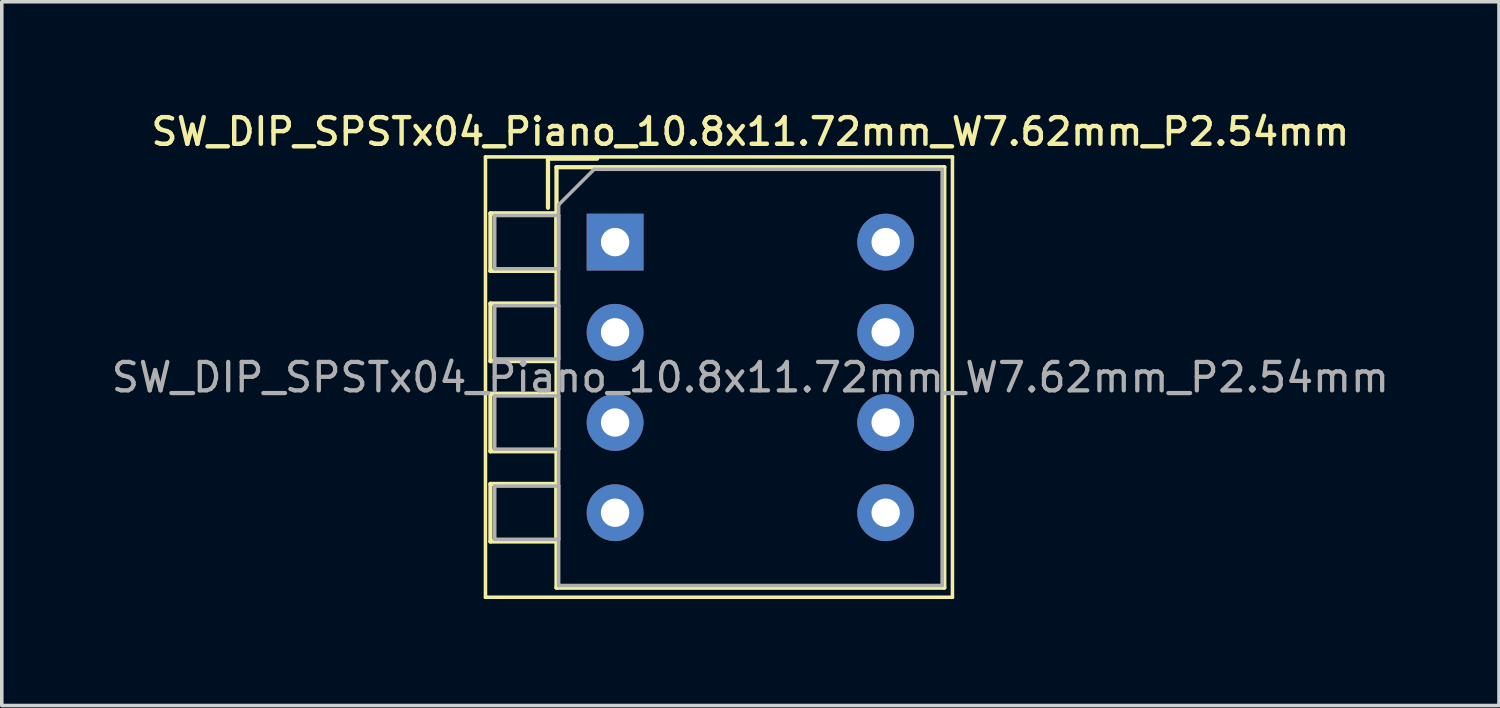
<source format=kicad_pcb>
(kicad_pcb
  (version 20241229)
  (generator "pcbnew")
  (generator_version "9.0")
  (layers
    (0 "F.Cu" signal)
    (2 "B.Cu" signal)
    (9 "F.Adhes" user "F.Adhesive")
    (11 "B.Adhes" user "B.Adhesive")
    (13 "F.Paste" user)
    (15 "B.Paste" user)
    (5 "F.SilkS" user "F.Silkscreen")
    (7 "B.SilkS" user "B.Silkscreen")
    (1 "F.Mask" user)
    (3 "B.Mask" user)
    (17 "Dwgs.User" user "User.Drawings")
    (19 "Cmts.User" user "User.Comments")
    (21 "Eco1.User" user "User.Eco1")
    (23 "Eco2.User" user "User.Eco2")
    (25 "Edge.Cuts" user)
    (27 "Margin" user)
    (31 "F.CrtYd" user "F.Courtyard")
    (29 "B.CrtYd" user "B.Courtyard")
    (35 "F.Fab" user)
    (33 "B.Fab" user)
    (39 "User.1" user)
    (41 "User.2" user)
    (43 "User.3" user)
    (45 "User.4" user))
  (footprint "SW_DIP_SPSTx04_Piano_10.8x11.72mm_W7.62mm_P2.54mm"
    (layer "F.Cu")
    (at 14.271 3.768)
    (property "Reference" "SW_DIP_SPSTx04_Piano_10.8x11.72mm_W7.62mm_P2.54mm" (at 3.81 -3.11 0) (layer "F.SilkS") (effects (font (size 0.75 0.75) (thickness 0.125))))
    (attr through_hole)
    (fp_line (start -3.65 -2.4) (end -3.65 10) (stroke (width 0.1) (type solid)) (layer "F.SilkS"))
    (fp_line (start -3.65 10) (end 9.5 10) (stroke (width 0.1) (type solid)) (layer "F.SilkS"))
    (fp_line (start -3.51 -0.81) (end -3.51 0.81) (stroke (width 0.12) (type solid)) (layer "F.SilkS"))
    (fp_line (start -3.51 -0.81) (end -1.65 -0.81) (stroke (width 0.12) (type solid)) (layer "F.SilkS"))
    (fp_line (start -3.51 0.81) (end -1.65 0.81) (stroke (width 0.12) (type solid)) (layer "F.SilkS"))
    (fp_line (start -3.51 1.73) (end -3.51 3.35) (stroke (width 0.12) (type solid)) (layer "F.SilkS"))
    (fp_line (start -3.51 1.73) (end -1.65 1.73) (stroke (width 0.12) (type solid)) (layer "F.SilkS"))
    (fp_line (start -3.51 3.35) (end -1.65 3.35) (stroke (width 0.12) (type solid)) (layer "F.SilkS"))
    (fp_line (start -3.51 4.27) (end -3.51 5.89) (stroke (width 0.12) (type solid)) (layer "F.SilkS"))
    (fp_line (start -3.51 4.27) (end -1.65 4.27) (stroke (width 0.12) (type solid)) (layer "F.SilkS"))
    (fp_line (start -3.51 5.89) (end -1.65 5.89) (stroke (width 0.12) (type solid)) (layer "F.SilkS"))
    (fp_line (start -3.51 6.81) (end -3.51 8.43) (stroke (width 0.12) (type solid)) (layer "F.SilkS"))
    (fp_line (start -3.51 6.81) (end -1.65 6.81) (stroke (width 0.12) (type solid)) (layer "F.SilkS"))
    (fp_line (start -3.51 8.43) (end -1.65 8.43) (stroke (width 0.12) (type solid)) (layer "F.SilkS"))
    (fp_line (start -1.89 -2.35) (end -1.89 -0.967) (stroke (width 0.12) (type solid)) (layer "F.SilkS"))
    (fp_line (start -1.89 -2.35) (end -0.507 -2.35) (stroke (width 0.12) (type solid)) (layer "F.SilkS"))
    (fp_line (start -1.65 -2.11) (end -1.65 9.73) (stroke (width 0.12) (type solid)) (layer "F.SilkS"))
    (fp_line (start -1.65 -2.11) (end 9.27 -2.11) (stroke (width 0.12) (type solid)) (layer "F.SilkS"))
    (fp_line (start -1.65 -0.81) (end -1.65 0.81) (stroke (width 0.12) (type solid)) (layer "F.SilkS"))
    (fp_line (start -1.65 1.73) (end -1.65 3.35) (stroke (width 0.12) (type solid)) (layer "F.SilkS"))
    (fp_line (start -1.65 4.27) (end -1.65 5.89) (stroke (width 0.12) (type solid)) (layer "F.SilkS"))
    (fp_line (start -1.65 6.81) (end -1.65 8.43) (stroke (width 0.12) (type solid)) (layer "F.SilkS"))
    (fp_line (start -1.65 9.73) (end 9.27 9.73) (stroke (width 0.12) (type solid)) (layer "F.SilkS"))
    (fp_line (start 9.27 -2.11) (end 9.27 9.73) (stroke (width 0.12) (type solid)) (layer "F.SilkS"))
    (fp_line (start 9.5 -2.4) (end -3.65 -2.4) (stroke (width 0.1) (type solid)) (layer "F.SilkS"))
    (fp_line (start 9.5 10) (end 9.5 -2.4) (stroke (width 0.1) (type solid)) (layer "F.SilkS"))
    (fp_line (start -3.39 -0.75) (end -1.59 -0.75) (stroke (width 0.1) (type solid)) (layer "F.Fab"))
    (fp_line (start -3.39 0.75) (end -3.39 -0.75) (stroke (width 0.1) (type solid)) (layer "F.Fab"))
    (fp_line (start -3.39 1.79) (end -1.59 1.79) (stroke (width 0.1) (type solid)) (layer "F.Fab"))
    (fp_line (start -3.39 3.29) (end -3.39 1.79) (stroke (width 0.1) (type solid)) (layer "F.Fab"))
    (fp_line (start -3.39 4.33) (end -1.59 4.33) (stroke (width 0.1) (type solid)) (layer "F.Fab"))
    (fp_line (start -3.39 5.83) (end -3.39 4.33) (stroke (width 0.1) (type solid)) (layer "F.Fab"))
    (fp_line (start -3.39 6.87) (end -1.59 6.87) (stroke (width 0.1) (type solid)) (layer "F.Fab"))
    (fp_line (start -3.39 8.37) (end -3.39 6.87) (stroke (width 0.1) (type solid)) (layer "F.Fab"))
    (fp_line (start -1.59 -1.05) (end -0.59 -2.05) (stroke (width 0.1) (type solid)) (layer "F.Fab"))
    (fp_line (start -1.59 -0.75) (end -1.59 0.75) (stroke (width 0.1) (type solid)) (layer "F.Fab"))
    (fp_line (start -1.59 0.75) (end -3.39 0.75) (stroke (width 0.1) (type solid)) (layer "F.Fab"))
    (fp_line (start -1.59 1.79) (end -1.59 3.29) (stroke (width 0.1) (type solid)) (layer "F.Fab"))
    (fp_line (start -1.59 3.29) (end -3.39 3.29) (stroke (width 0.1) (type solid)) (layer "F.Fab"))
    (fp_line (start -1.59 4.33) (end -1.59 5.83) (stroke (width 0.1) (type solid)) (layer "F.Fab"))
    (fp_line (start -1.59 5.83) (end -3.39 5.83) (stroke (width 0.1) (type solid)) (layer "F.Fab"))
    (fp_line (start -1.59 6.87) (end -1.59 8.37) (stroke (width 0.1) (type solid)) (layer "F.Fab"))
    (fp_line (start -1.59 8.37) (end -3.39 8.37) (stroke (width 0.1) (type solid)) (layer "F.Fab"))
    (fp_line (start -1.59 9.67) (end -1.59 -1.05) (stroke (width 0.1) (type solid)) (layer "F.Fab"))
    (fp_line (start -0.59 -2.05) (end 9.21 -2.05) (stroke (width 0.1) (type solid)) (layer "F.Fab"))
    (fp_line (start 9.21 -2.05) (end 9.21 9.67) (stroke (width 0.1) (type solid)) (layer "F.Fab"))
    (fp_line (start 9.21 9.67) (end -1.59 9.67) (stroke (width 0.1) (type solid)) (layer "F.Fab"))
    (fp_text user "${REFERENCE}" (at 3.81 3.81 0) (layer "F.Fab") (effects (font (size 0.8 0.8) (thickness 0.12))))
    (pad "1" thru_hole rect (at 0 0) (size 1.6 1.6) (drill 0.8) (layers "*.Cu" "*.Mask"))
    (pad "2" thru_hole oval (at 0 2.54) (size 1.6 1.6) (drill 0.8) (layers "*.Cu" "*.Mask"))
    (pad "3" thru_hole oval (at 0 5.08) (size 1.6 1.6) (drill 0.8) (layers "*.Cu" "*.Mask"))
    (pad "4" thru_hole oval (at 0 7.62) (size 1.6 1.6) (drill 0.8) (layers "*.Cu" "*.Mask"))
    (pad "5" thru_hole oval (at 7.62 7.62) (size 1.6 1.6) (drill 0.8) (layers "*.Cu" "*.Mask"))
    (pad "6" thru_hole oval (at 7.62 5.08) (size 1.6 1.6) (drill 0.8) (layers "*.Cu" "*.Mask"))
    (pad "7" thru_hole oval (at 7.62 2.54) (size 1.6 1.6) (drill 0.8) (layers "*.Cu" "*.Mask"))
    (pad "8" thru_hole oval (at 7.62 0) (size 1.6 1.6) (drill 0.8) (layers "*.Cu" "*.Mask")))
  (gr_rect
    (start -3 -3)
    (end 39.162 16.818)
    (stroke (width 0.1) (type default))
    (fill no)
    (layer "Edge.Cuts")))
</source>
